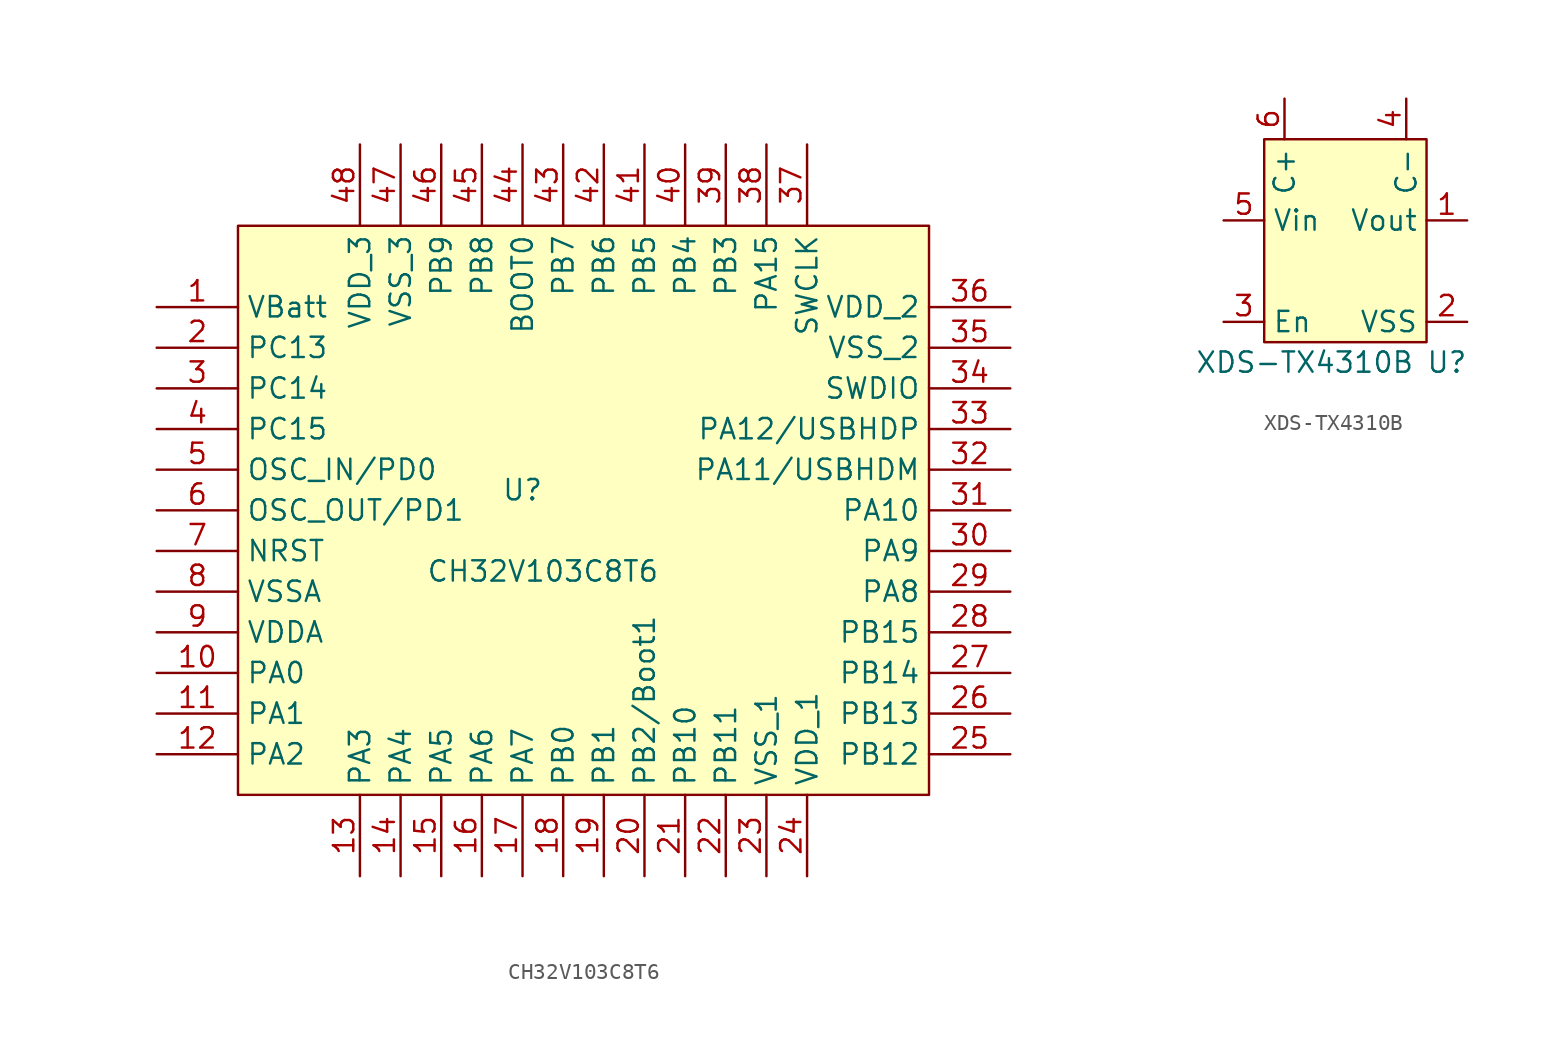
<source format=kicad_sym>
(kicad_symbol_lib
  (version 20220914)
  (generator kicad_symbol_editor)
  (symbol "CH32V103C8T6"
    (property "Reference" "U"
      (at 0 -6.35 0)
      (effects (font (size 1.27 1.27))))
    (property "Value" "CH32V103C8T6"
      (at 1.27 -11.43 0)
      (effects (font (size 1.27 1.27))))
    (symbol "CH32V103C8T6_1_1"
      (rectangle (start -17.78 10.16) (end 25.4 -25.4) (stroke (width 0) (type default)) (fill (type background)))
      (pin input line (at -22.86 5.08 0) (length 5.08) (name "VBatt" (effects (font (size 1.27 1.27)))) (number "1" (effects (font (size 1.27 1.27)))))
      (pin input line (at -22.86 -17.78 0) (length 5.08) (name "PA0" (effects (font (size 1.27 1.27)))) (number "10" (effects (font (size 1.27 1.27)))))
      (pin input line (at -22.86 -20.32 0) (length 5.08) (name "PA1" (effects (font (size 1.27 1.27)))) (number "11" (effects (font (size 1.27 1.27)))))
      (pin input line (at -22.86 -22.86 0) (length 5.08) (name "PA2" (effects (font (size 1.27 1.27)))) (number "12" (effects (font (size 1.27 1.27)))))
      (pin input line (at -10.16 -30.48 90) (length 5.08) (name "PA3" (effects (font (size 1.27 1.27)))) (number "13" (effects (font (size 1.27 1.27)))))
      (pin input line (at -7.62 -30.48 90) (length 5.08) (name "PA4" (effects (font (size 1.27 1.27)))) (number "14" (effects (font (size 1.27 1.27)))))
      (pin input line (at -5.08 -30.48 90) (length 5.08) (name "PA5" (effects (font (size 1.27 1.27)))) (number "15" (effects (font (size 1.27 1.27)))))
      (pin input line (at -2.54 -30.48 90) (length 5.08) (name "PA6" (effects (font (size 1.27 1.27)))) (number "16" (effects (font (size 1.27 1.27)))))
      (pin input line (at 0 -30.48 90) (length 5.08) (name "PA7" (effects (font (size 1.27 1.27)))) (number "17" (effects (font (size 1.27 1.27)))))
      (pin input line (at 2.54 -30.48 90) (length 5.08) (name "PB0" (effects (font (size 1.27 1.27)))) (number "18" (effects (font (size 1.27 1.27)))))
      (pin input line (at 5.08 -30.48 90) (length 5.08) (name "PB1" (effects (font (size 1.27 1.27)))) (number "19" (effects (font (size 1.27 1.27)))))
      (pin input line (at -22.86 2.54 0) (length 5.08) (name "PC13" (effects (font (size 1.27 1.27)))) (number "2" (effects (font (size 1.27 1.27)))))
      (pin input line (at 7.62 -30.48 90) (length 5.08) (name "PB2/Boot1" (effects (font (size 1.27 1.27)))) (number "20" (effects (font (size 1.27 1.27)))))
      (pin input line (at 10.16 -30.48 90) (length 5.08) (name "PB10" (effects (font (size 1.27 1.27)))) (number "21" (effects (font (size 1.27 1.27)))))
      (pin input line (at 12.7 -30.48 90) (length 5.08) (name "PB11" (effects (font (size 1.27 1.27)))) (number "22" (effects (font (size 1.27 1.27)))))
      (pin input line (at 15.24 -30.48 90) (length 5.08) (name "VSS_1" (effects (font (size 1.27 1.27)))) (number "23" (effects (font (size 1.27 1.27)))))
      (pin input line (at 17.78 -30.48 90) (length 5.08) (name "VDD_1" (effects (font (size 1.27 1.27)))) (number "24" (effects (font (size 1.27 1.27)))))
      (pin input line (at 30.48 -22.86 180) (length 5.08) (name "PB12" (effects (font (size 1.27 1.27)))) (number "25" (effects (font (size 1.27 1.27)))))
      (pin input line (at 30.48 -20.32 180) (length 5.08) (name "PB13" (effects (font (size 1.27 1.27)))) (number "26" (effects (font (size 1.27 1.27)))))
      (pin input line (at 30.48 -17.78 180) (length 5.08) (name "PB14" (effects (font (size 1.27 1.27)))) (number "27" (effects (font (size 1.27 1.27)))))
      (pin input line (at 30.48 -15.24 180) (length 5.08) (name "PB15" (effects (font (size 1.27 1.27)))) (number "28" (effects (font (size 1.27 1.27)))))
      (pin input line (at 30.48 -12.7 180) (length 5.08) (name "PA8" (effects (font (size 1.27 1.27)))) (number "29" (effects (font (size 1.27 1.27)))))
      (pin input line (at -22.86 0 0) (length 5.08) (name "PC14" (effects (font (size 1.27 1.27)))) (number "3" (effects (font (size 1.27 1.27)))))
      (pin input line (at 30.48 -10.16 180) (length 5.08) (name "PA9" (effects (font (size 1.27 1.27)))) (number "30" (effects (font (size 1.27 1.27)))))
      (pin input line (at 30.48 -7.62 180) (length 5.08) (name "PA10" (effects (font (size 1.27 1.27)))) (number "31" (effects (font (size 1.27 1.27)))))
      (pin input line (at 30.48 -5.08 180) (length 5.08) (name "PA11/USBHDM" (effects (font (size 1.27 1.27)))) (number "32" (effects (font (size 1.27 1.27)))))
      (pin input line (at 30.48 -2.54 180) (length 5.08) (name "PA12/USBHDP" (effects (font (size 1.27 1.27)))) (number "33" (effects (font (size 1.27 1.27)))))
      (pin input line (at 30.48 0 180) (length 5.08) (name "SWDIO" (effects (font (size 1.27 1.27)))) (number "34" (effects (font (size 1.27 1.27)))))
      (pin input line (at 30.48 2.54 180) (length 5.08) (name "VSS_2" (effects (font (size 1.27 1.27)))) (number "35" (effects (font (size 1.27 1.27)))))
      (pin input line (at 30.48 5.08 180) (length 5.08) (name "VDD_2" (effects (font (size 1.27 1.27)))) (number "36" (effects (font (size 1.27 1.27)))))
      (pin input line (at 17.78 15.24 270) (length 5.08) (name "SWCLK" (effects (font (size 1.27 1.27)))) (number "37" (effects (font (size 1.27 1.27)))))
      (pin input line (at 15.24 15.24 270) (length 5.08) (name "PA15" (effects (font (size 1.27 1.27)))) (number "38" (effects (font (size 1.27 1.27)))))
      (pin input line (at 12.7 15.24 270) (length 5.08) (name "PB3" (effects (font (size 1.27 1.27)))) (number "39" (effects (font (size 1.27 1.27)))))
      (pin input line (at -22.86 -2.54 0) (length 5.08) (name "PC15" (effects (font (size 1.27 1.27)))) (number "4" (effects (font (size 1.27 1.27)))))
      (pin input line (at 10.16 15.24 270) (length 5.08) (name "PB4" (effects (font (size 1.27 1.27)))) (number "40" (effects (font (size 1.27 1.27)))))
      (pin input line (at 7.62 15.24 270) (length 5.08) (name "PB5" (effects (font (size 1.27 1.27)))) (number "41" (effects (font (size 1.27 1.27)))))
      (pin input line (at 5.08 15.24 270) (length 5.08) (name "PB6" (effects (font (size 1.27 1.27)))) (number "42" (effects (font (size 1.27 1.27)))))
      (pin input line (at 2.54 15.24 270) (length 5.08) (name "PB7" (effects (font (size 1.27 1.27)))) (number "43" (effects (font (size 1.27 1.27)))))
      (pin input line (at 0 15.24 270) (length 5.08) (name "BOOT0" (effects (font (size 1.27 1.27)))) (number "44" (effects (font (size 1.27 1.27)))))
      (pin input line (at -2.54 15.24 270) (length 5.08) (name "PB8" (effects (font (size 1.27 1.27)))) (number "45" (effects (font (size 1.27 1.27)))))
      (pin input line (at -5.08 15.24 270) (length 5.08) (name "PB9" (effects (font (size 1.27 1.27)))) (number "46" (effects (font (size 1.27 1.27)))))
      (pin input line (at -7.62 15.24 270) (length 5.08) (name "VSS_3" (effects (font (size 1.27 1.27)))) (number "47" (effects (font (size 1.27 1.27)))))
      (pin input line (at -10.16 15.24 270) (length 5.08) (name "VDD_3" (effects (font (size 1.27 1.27)))) (number "48" (effects (font (size 1.27 1.27)))))
      (pin input line (at -22.86 -5.08 0) (length 5.08) (name "OSC_IN/PD0" (effects (font (size 1.27 1.27)))) (number "5" (effects (font (size 1.27 1.27)))))
      (pin input line (at -22.86 -7.62 0) (length 5.08) (name "OSC_OUT/PD1" (effects (font (size 1.27 1.27)))) (number "6" (effects (font (size 1.27 1.27)))))
      (pin input line (at -22.86 -10.16 0) (length 5.08) (name "NRST" (effects (font (size 1.27 1.27)))) (number "7" (effects (font (size 1.27 1.27)))))
      (pin input line (at -22.86 -12.7 0) (length 5.08) (name "VSSA" (effects (font (size 1.27 1.27)))) (number "8" (effects (font (size 1.27 1.27)))))
      (pin input line (at -22.86 -15.24 0) (length 5.08) (name "VDDA" (effects (font (size 1.27 1.27)))) (number "9" (effects (font (size 1.27 1.27)))))))
  (symbol "XDS-TX4310B"
    (property "Reference" "U"
      (at 6.35 -6.35 0)
      (effects (font (size 1.27 1.27))))
    (property "Value" "XDS-TX4310B"
      (at -2.54 -6.35 0)
      (effects (font (size 1.27 1.27))))
    (symbol "XDS-TX4310B_0_1"
      (rectangle (start -5.08 7.62) (end 5.08 -5.08) (stroke (width 0) (type default)) (fill (type background))))
    (symbol "XDS-TX4310B_1_1"
      (pin input line (at 7.62 2.54 180) (length 2.54) (name "Vout" (effects (font (size 1.27 1.27)))) (number "1" (effects (font (size 1.27 1.27)))))
      (pin input line (at 7.62 -3.81 180) (length 2.54) (name "VSS" (effects (font (size 1.27 1.27)))) (number "2" (effects (font (size 1.27 1.27)))))
      (pin input line (at -7.62 -3.81 0) (length 2.54) (name "En" (effects (font (size 1.27 1.27)))) (number "3" (effects (font (size 1.27 1.27)))))
      (pin input line (at 3.81 10.16 270) (length 2.54) (name "C-" (effects (font (size 1.27 1.27)))) (number "4" (effects (font (size 1.27 1.27)))))
      (pin input line (at -7.62 2.54 0) (length 2.54) (name "Vin" (effects (font (size 1.27 1.27)))) (number "5" (effects (font (size 1.27 1.27)))))
      (pin input line (at -3.81 10.16 270) (length 2.54) (name "C+" (effects (font (size 1.27 1.27)))) (number "6" (effects (font (size 1.27 1.27))))))))
</source>
